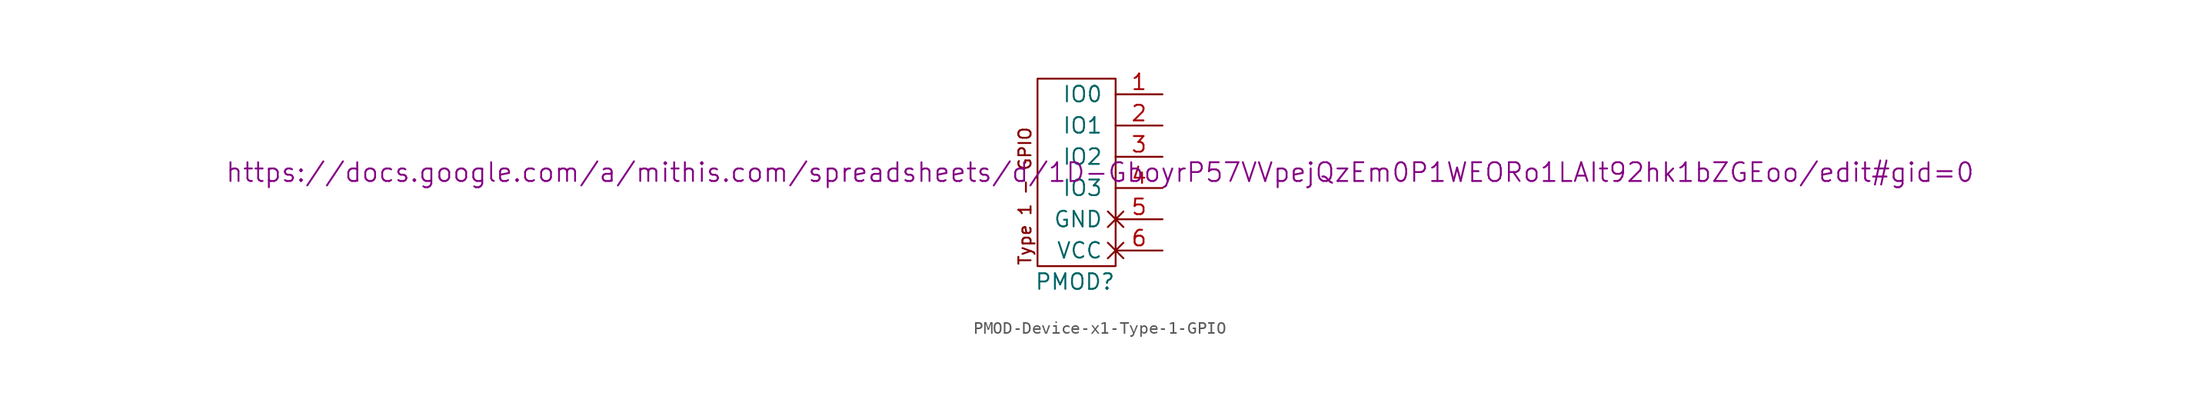
<source format=kicad_sym>
(kicad_symbol_lib
  (version 20211014)
  (generator kicad_symbol_editor)
  (symbol "PMOD-Device-x1-Type-1-GPIO"
    (pin_names
      (offset 1.016))
    (property "Reference" "PMOD"
      (at -3.302 -1.27 0)
      (effects (font (size 1.27 1.27))))
    (property "Datasheet" "https://docs.google.com/a/mithis.com/spreadsheets/d/1D-GboyrP57VVpejQzEm0P1WEORo1LAIt92hk1bZGEoo/edit#gid=0"
      (at -1.27 7.62 0)
      (effects (font (size 1.524 1.524))))
    (symbol "PMOD-Device-x1-Type-1-GPIO_0_0"
      (text "Type 1 - GPIO" (at -7.366 0 900) (effects (font (size 0.991 0.991)) (justify left))))
    (symbol "PMOD-Device-x1-Type-1-GPIO_0_1"
      (rectangle (start 0 15.24) (end -6.35 0) (stroke (width 0) (type default) (color 0 0 0 0)) (fill (type none))))
    (symbol "PMOD-Device-x1-Type-1-GPIO_1_1"
      (pin bidirectional line (at 3.81 13.97 180) (length 3.81) (name "IO0" (effects (font (size 1.27 1.27)))) (number "1" (effects (font (size 1.27 1.27)))))
      (pin bidirectional line (at 3.81 11.43 180) (length 3.81) (name "IO1" (effects (font (size 1.27 1.27)))) (number "2" (effects (font (size 1.27 1.27)))))
      (pin bidirectional line (at 3.81 8.89 180) (length 3.81) (name "IO2" (effects (font (size 1.27 1.27)))) (number "3" (effects (font (size 1.27 1.27)))))
      (pin bidirectional line (at 3.81 6.35 180) (length 3.81) (name "IO3" (effects (font (size 1.27 1.27)))) (number "4" (effects (font (size 1.27 1.27)))))
      (pin power_out non_logic (at 3.81 3.81 180) (length 3.81) (name "GND" (effects (font (size 1.27 1.27)))) (number "5" (effects (font (size 1.27 1.27)))))
      (pin power_out non_logic (at 3.81 1.27 180) (length 3.81) (name "VCC" (effects (font (size 1.27 1.27)))) (number "6" (effects (font (size 1.27 1.27))))))))
</source>
